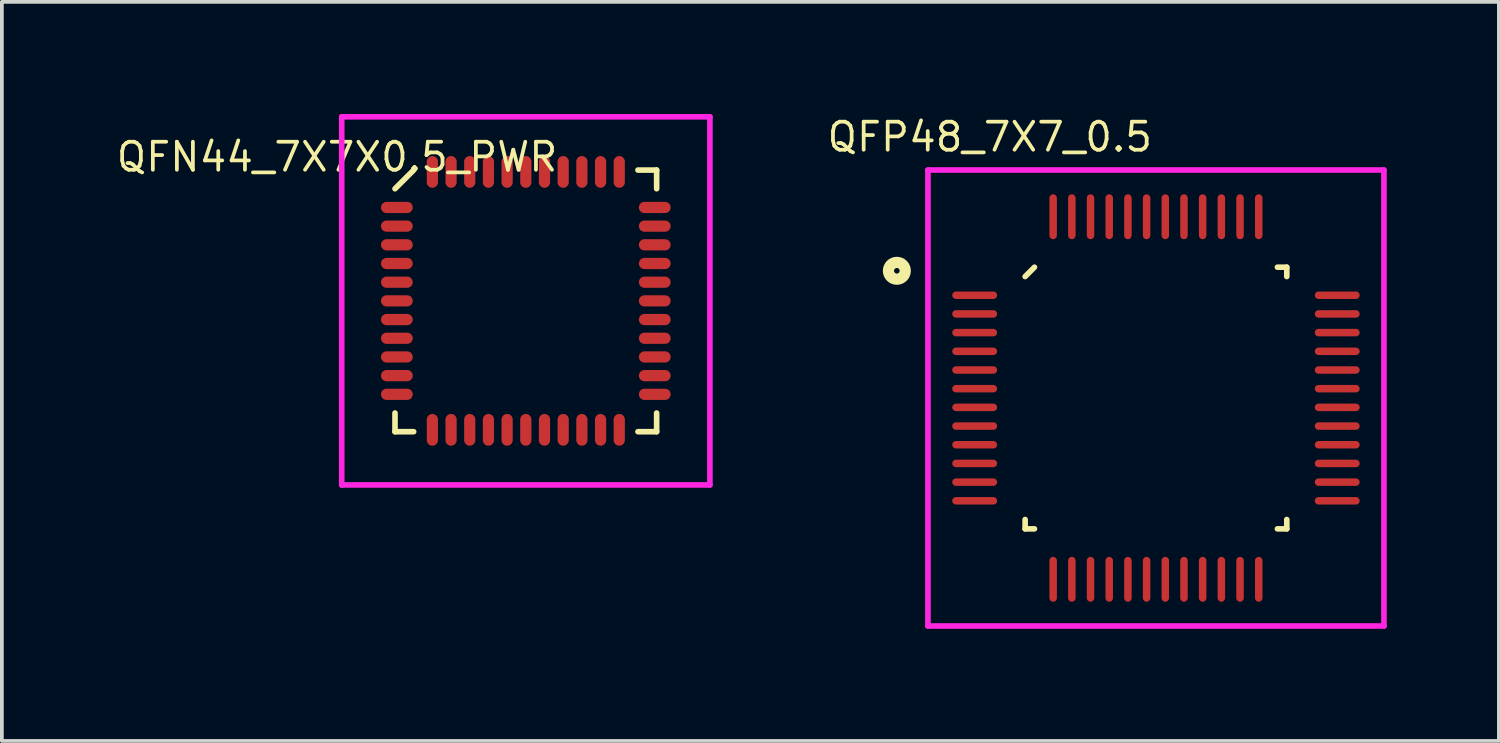
<source format=kicad_pcb>
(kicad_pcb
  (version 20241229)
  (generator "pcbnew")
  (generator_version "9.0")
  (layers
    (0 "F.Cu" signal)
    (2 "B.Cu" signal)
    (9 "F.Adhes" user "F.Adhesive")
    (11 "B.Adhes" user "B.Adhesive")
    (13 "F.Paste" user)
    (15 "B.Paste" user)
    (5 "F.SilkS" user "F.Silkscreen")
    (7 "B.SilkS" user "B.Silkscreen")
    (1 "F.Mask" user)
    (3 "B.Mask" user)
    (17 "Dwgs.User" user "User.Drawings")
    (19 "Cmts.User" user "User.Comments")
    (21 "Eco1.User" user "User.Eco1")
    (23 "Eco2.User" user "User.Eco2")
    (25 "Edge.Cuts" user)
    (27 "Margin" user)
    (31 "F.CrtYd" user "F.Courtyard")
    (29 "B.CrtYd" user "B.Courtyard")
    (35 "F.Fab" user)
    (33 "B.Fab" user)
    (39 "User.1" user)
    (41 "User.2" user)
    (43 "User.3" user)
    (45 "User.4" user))
  (footprint "QFN44_7X7X0.5_PWR"
    (layer "F.Cu")
    (at 11.018 5)
    (property "Reference" "QFN44_7X7X0.5_PWR" (at -5.05 -3.85 0) (layer "F.SilkS") (effects (font (size 0.75 0.75) (thickness 0.1))))
    (attr through_hole)
    (fp_line (start -3.5 -3) (end -3 -3.5) (stroke (width 0.15) (type solid)) (layer "F.SilkS"))
    (fp_line (start -3.5 3.5) (end -3.5 3) (stroke (width 0.15) (type solid)) (layer "F.SilkS"))
    (fp_line (start -3 3.5) (end -3.5 3.5) (stroke (width 0.15) (type solid)) (layer "F.SilkS"))
    (fp_line (start 3 -3.5) (end 3.5 -3.5) (stroke (width 0.15) (type solid)) (layer "F.SilkS"))
    (fp_line (start 3 3.5) (end 3.5 3.5) (stroke (width 0.15) (type solid)) (layer "F.SilkS"))
    (fp_line (start 3.5 -3.5) (end 3.5 -3) (stroke (width 0.15) (type solid)) (layer "F.SilkS"))
    (fp_line (start 3.5 3.5) (end 3.5 3) (stroke (width 0.15) (type solid)) (layer "F.SilkS"))
    (fp_line (start -4.925 -4.925) (end 4.925 -4.925) (stroke (width 0.15) (type solid)) (layer "F.CrtYd"))
    (fp_line (start -4.925 4.925) (end -4.925 -4.925) (stroke (width 0.15) (type solid)) (layer "F.CrtYd"))
    (fp_line (start 4.925 -4.925) (end 4.925 4.925) (stroke (width 0.15) (type solid)) (layer "F.CrtYd"))
    (fp_line (start 4.925 4.925) (end -4.925 4.925) (stroke (width 0.15) (type solid)) (layer "F.CrtYd"))
    (pad "1" smd oval (at -3.45 -2.5 90) (size 0.3 0.85) (layers "F.Cu" "F.Mask" "F.Paste"))
    (pad "2" smd oval (at -3.45 -2 90) (size 0.3 0.85) (layers "F.Cu" "F.Mask" "F.Paste"))
    (pad "3" smd oval (at -3.45 -1.5 90) (size 0.3 0.85) (layers "F.Cu" "F.Mask" "F.Paste"))
    (pad "4" smd oval (at -3.45 -1 90) (size 0.3 0.85) (layers "F.Cu" "F.Mask" "F.Paste"))
    (pad "5" smd oval (at -3.45 -0.5 90) (size 0.3 0.85) (layers "F.Cu" "F.Mask" "F.Paste"))
    (pad "6" smd oval (at -3.45 0 90) (size 0.3 0.85) (layers "F.Cu" "F.Mask" "F.Paste"))
    (pad "7" smd oval (at -3.45 0.5 90) (size 0.3 0.85) (layers "F.Cu" "F.Mask" "F.Paste"))
    (pad "8" smd oval (at -3.45 1 90) (size 0.3 0.85) (layers "F.Cu" "F.Mask" "F.Paste"))
    (pad "9" smd oval (at -3.45 1.5 90) (size 0.3 0.85) (layers "F.Cu" "F.Mask" "F.Paste"))
    (pad "10" smd oval (at -3.45 2 90) (size 0.3 0.85) (layers "F.Cu" "F.Mask" "F.Paste"))
    (pad "11" smd oval (at -3.45 2.5 90) (size 0.3 0.85) (layers "F.Cu" "F.Mask" "F.Paste"))
    (pad "12" smd oval (at -2.5 3.45) (size 0.3 0.85) (layers "F.Cu" "F.Mask" "F.Paste"))
    (pad "13" smd oval (at -2 3.45) (size 0.3 0.85) (layers "F.Cu" "F.Mask" "F.Paste"))
    (pad "14" smd oval (at -1.5 3.45) (size 0.3 0.85) (layers "F.Cu" "F.Mask" "F.Paste"))
    (pad "15" smd oval (at -1 3.45) (size 0.3 0.85) (layers "F.Cu" "F.Mask" "F.Paste"))
    (pad "16" smd oval (at -0.5 3.45) (size 0.3 0.85) (layers "F.Cu" "F.Mask" "F.Paste"))
    (pad "17" smd oval (at 0 3.45) (size 0.3 0.85) (layers "F.Cu" "F.Mask" "F.Paste"))
    (pad "18" smd oval (at 0.5 3.45) (size 0.3 0.85) (layers "F.Cu" "F.Mask" "F.Paste"))
    (pad "19" smd oval (at 1 3.45) (size 0.3 0.85) (layers "F.Cu" "F.Mask" "F.Paste"))
    (pad "20" smd oval (at 1.5 3.45) (size 0.3 0.85) (layers "F.Cu" "F.Mask" "F.Paste"))
    (pad "21" smd oval (at 2 3.45) (size 0.3 0.85) (layers "F.Cu" "F.Mask" "F.Paste"))
    (pad "22" smd oval (at 2.5 3.45) (size 0.3 0.85) (layers "F.Cu" "F.Mask" "F.Paste"))
    (pad "23" smd oval (at 3.45 2.5 90) (size 0.3 0.85) (layers "F.Cu" "F.Mask" "F.Paste"))
    (pad "24" smd oval (at 3.45 2 90) (size 0.3 0.85) (layers "F.Cu" "F.Mask" "F.Paste"))
    (pad "25" smd oval (at 3.45 1.5 90) (size 0.3 0.85) (layers "F.Cu" "F.Mask" "F.Paste"))
    (pad "26" smd oval (at 3.45 1 90) (size 0.3 0.85) (layers "F.Cu" "F.Mask" "F.Paste"))
    (pad "27" smd oval (at 3.45 0.5 90) (size 0.3 0.85) (layers "F.Cu" "F.Mask" "F.Paste"))
    (pad "28" smd oval (at 3.45 0 90) (size 0.3 0.85) (layers "F.Cu" "F.Mask" "F.Paste"))
    (pad "29" smd oval (at 3.45 -0.5 90) (size 0.3 0.85) (layers "F.Cu" "F.Mask" "F.Paste"))
    (pad "30" smd oval (at 3.45 -1 90) (size 0.3 0.85) (layers "F.Cu" "F.Mask" "F.Paste"))
    (pad "31" smd oval (at 3.45 -1.5 90) (size 0.3 0.85) (layers "F.Cu" "F.Mask" "F.Paste"))
    (pad "32" smd oval (at 3.45 -2 90) (size 0.3 0.85) (layers "F.Cu" "F.Mask" "F.Paste"))
    (pad "33" smd oval (at 3.45 -2.5 90) (size 0.3 0.85) (layers "F.Cu" "F.Mask" "F.Paste"))
    (pad "34" smd oval (at 2.5 -3.45) (size 0.3 0.85) (layers "F.Cu" "F.Mask" "F.Paste"))
    (pad "35" smd oval (at 2 -3.45) (size 0.3 0.85) (layers "F.Cu" "F.Mask" "F.Paste"))
    (pad "36" smd oval (at 1.5 -3.45) (size 0.3 0.85) (layers "F.Cu" "F.Mask" "F.Paste"))
    (pad "37" smd oval (at 1 -3.45) (size 0.3 0.85) (layers "F.Cu" "F.Mask" "F.Paste"))
    (pad "38" smd oval (at 0.5 -3.45) (size 0.3 0.85) (layers "F.Cu" "F.Mask" "F.Paste"))
    (pad "39" smd oval (at 0 -3.45) (size 0.3 0.85) (layers "F.Cu" "F.Mask" "F.Paste"))
    (pad "40" smd oval (at -0.5 -3.45) (size 0.3 0.85) (layers "F.Cu" "F.Mask" "F.Paste"))
    (pad "41" smd oval (at -1 -3.45) (size 0.3 0.85) (layers "F.Cu" "F.Mask" "F.Paste"))
    (pad "42" smd oval (at -1.5 -3.45) (size 0.3 0.85) (layers "F.Cu" "F.Mask" "F.Paste"))
    (pad "43" smd oval (at -2 -3.45) (size 0.3 0.85) (layers "F.Cu" "F.Mask" "F.Paste"))
    (pad "44" smd oval (at -2.5 -3.45) (size 0.3 0.85) (layers "F.Cu" "F.Mask" "F.Paste")))
  (footprint "QFP48_7X7_0.5"
    (layer "F.Cu")
    (at 27.877 7.599)
    (property "Reference" "QFP48_7X7_0.5" (at -4.445 -6.985 0) (layer "F.SilkS") (effects (font (size 0.75 0.75) (thickness 0.1))))
    (attr through_hole)
    (fp_line (start -3.5 -3.25) (end -3.25 -3.5) (stroke (width 0.15) (type solid)) (layer "F.SilkS"))
    (fp_line (start -3.5 3.5) (end -3.5 3.25) (stroke (width 0.15) (type solid)) (layer "F.SilkS"))
    (fp_line (start -3.25 3.5) (end -3.5 3.5) (stroke (width 0.15) (type solid)) (layer "F.SilkS"))
    (fp_line (start 3.25 -3.5) (end 3.5 -3.5) (stroke (width 0.15) (type solid)) (layer "F.SilkS"))
    (fp_line (start 3.25 3.5) (end 3.5 3.5) (stroke (width 0.15) (type solid)) (layer "F.SilkS"))
    (fp_line (start 3.5 -3.5) (end 3.5 -3.25) (stroke (width 0.15) (type solid)) (layer "F.SilkS"))
    (fp_line (start 3.5 3.5) (end 3.5 3.25) (stroke (width 0.15) (type solid)) (layer "F.SilkS"))
    (fp_circle (center -6.932 -3.404) (end -6.708 -3.424) (stroke (width 0.3) (type solid)) (fill no) (layer "F.SilkS"))
    (fp_line (start -6.1 -6.1) (end 6.1 -6.1) (stroke (width 0.15) (type solid)) (layer "F.CrtYd"))
    (fp_line (start -6.1 6.1) (end -6.1 -6.1) (stroke (width 0.15) (type solid)) (layer "F.CrtYd"))
    (fp_line (start 6.1 -6.1) (end 6.1 6.1) (stroke (width 0.15) (type solid)) (layer "F.CrtYd"))
    (fp_line (start 6.1 6.1) (end -6.1 6.1) (stroke (width 0.15) (type solid)) (layer "F.CrtYd"))
    (pad "1" smd oval (at -4.85 -2.75 90) (size 0.2 1.2) (layers "F.Cu" "F.Mask" "F.Paste"))
    (pad "2" smd oval (at -4.85 -2.25 90) (size 0.2 1.2) (layers "F.Cu" "F.Mask" "F.Paste"))
    (pad "3" smd oval (at -4.85 -1.75 90) (size 0.2 1.2) (layers "F.Cu" "F.Mask" "F.Paste"))
    (pad "4" smd oval (at -4.85 -1.25 90) (size 0.2 1.2) (layers "F.Cu" "F.Mask" "F.Paste"))
    (pad "5" smd oval (at -4.85 -0.75 90) (size 0.2 1.2) (layers "F.Cu" "F.Mask" "F.Paste"))
    (pad "6" smd oval (at -4.85 -0.25 90) (size 0.2 1.2) (layers "F.Cu" "F.Mask" "F.Paste"))
    (pad "7" smd oval (at -4.85 0.25 90) (size 0.2 1.2) (layers "F.Cu" "F.Mask" "F.Paste"))
    (pad "8" smd oval (at -4.85 0.75 90) (size 0.2 1.2) (layers "F.Cu" "F.Mask" "F.Paste"))
    (pad "9" smd oval (at -4.85 1.25 90) (size 0.2 1.2) (layers "F.Cu" "F.Mask" "F.Paste"))
    (pad "10" smd oval (at -4.85 1.75 90) (size 0.2 1.2) (layers "F.Cu" "F.Mask" "F.Paste"))
    (pad "11" smd oval (at -4.85 2.25 90) (size 0.2 1.2) (layers "F.Cu" "F.Mask" "F.Paste"))
    (pad "12" smd oval (at -4.85 2.75 90) (size 0.2 1.2) (layers "F.Cu" "F.Mask" "F.Paste"))
    (pad "13" smd oval (at -2.75 4.85) (size 0.2 1.2) (layers "F.Cu" "F.Mask" "F.Paste"))
    (pad "14" smd oval (at -2.25 4.85) (size 0.2 1.2) (layers "F.Cu" "F.Mask" "F.Paste"))
    (pad "15" smd oval (at -1.75 4.85) (size 0.2 1.2) (layers "F.Cu" "F.Mask" "F.Paste"))
    (pad "16" smd oval (at -1.25 4.85) (size 0.2 1.2) (layers "F.Cu" "F.Mask" "F.Paste"))
    (pad "17" smd oval (at -0.75 4.85) (size 0.2 1.2) (layers "F.Cu" "F.Mask" "F.Paste"))
    (pad "18" smd oval (at -0.25 4.85) (size 0.2 1.2) (layers "F.Cu" "F.Mask" "F.Paste"))
    (pad "19" smd oval (at 0.25 4.85) (size 0.2 1.2) (layers "F.Cu" "F.Mask" "F.Paste"))
    (pad "20" smd oval (at 0.75 4.85) (size 0.2 1.2) (layers "F.Cu" "F.Mask" "F.Paste"))
    (pad "21" smd oval (at 1.25 4.85) (size 0.2 1.2) (layers "F.Cu" "F.Mask" "F.Paste"))
    (pad "22" smd oval (at 1.75 4.85) (size 0.2 1.2) (layers "F.Cu" "F.Mask" "F.Paste"))
    (pad "23" smd oval (at 2.25 4.85) (size 0.2 1.2) (layers "F.Cu" "F.Mask" "F.Paste"))
    (pad "24" smd oval (at 2.75 4.85) (size 0.2 1.2) (layers "F.Cu" "F.Mask" "F.Paste"))
    (pad "25" smd oval (at 4.85 2.75 90) (size 0.2 1.2) (layers "F.Cu" "F.Mask" "F.Paste"))
    (pad "26" smd oval (at 4.85 2.25 90) (size 0.2 1.2) (layers "F.Cu" "F.Mask" "F.Paste"))
    (pad "27" smd oval (at 4.85 1.75 90) (size 0.2 1.2) (layers "F.Cu" "F.Mask" "F.Paste"))
    (pad "28" smd oval (at 4.85 1.25 90) (size 0.2 1.2) (layers "F.Cu" "F.Mask" "F.Paste"))
    (pad "29" smd oval (at 4.85 0.75 90) (size 0.2 1.2) (layers "F.Cu" "F.Mask" "F.Paste"))
    (pad "30" smd oval (at 4.85 0.25 90) (size 0.2 1.2) (layers "F.Cu" "F.Mask" "F.Paste"))
    (pad "31" smd oval (at 4.85 -0.25 90) (size 0.2 1.2) (layers "F.Cu" "F.Mask" "F.Paste"))
    (pad "32" smd oval (at 4.85 -0.75 90) (size 0.2 1.2) (layers "F.Cu" "F.Mask" "F.Paste"))
    (pad "33" smd oval (at 4.85 -1.25 90) (size 0.2 1.2) (layers "F.Cu" "F.Mask" "F.Paste"))
    (pad "34" smd oval (at 4.85 -1.75 90) (size 0.2 1.2) (layers "F.Cu" "F.Mask" "F.Paste"))
    (pad "35" smd oval (at 4.85 -2.25 90) (size 0.2 1.2) (layers "F.Cu" "F.Mask" "F.Paste"))
    (pad "36" smd oval (at 4.85 -2.75 90) (size 0.2 1.2) (layers "F.Cu" "F.Mask" "F.Paste"))
    (pad "37" smd oval (at 2.75 -4.85) (size 0.2 1.2) (layers "F.Cu" "F.Mask" "F.Paste"))
    (pad "38" smd oval (at 2.25 -4.85) (size 0.2 1.2) (layers "F.Cu" "F.Mask" "F.Paste"))
    (pad "39" smd oval (at 1.75 -4.85) (size 0.2 1.2) (layers "F.Cu" "F.Mask" "F.Paste"))
    (pad "40" smd oval (at 1.25 -4.85) (size 0.2 1.2) (layers "F.Cu" "F.Mask" "F.Paste"))
    (pad "41" smd oval (at 0.75 -4.85) (size 0.2 1.2) (layers "F.Cu" "F.Mask" "F.Paste"))
    (pad "42" smd oval (at 0.25 -4.85) (size 0.2 1.2) (layers "F.Cu" "F.Mask" "F.Paste"))
    (pad "43" smd oval (at -0.25 -4.85) (size 0.2 1.2) (layers "F.Cu" "F.Mask" "F.Paste"))
    (pad "44" smd oval (at -0.75 -4.85) (size 0.2 1.2) (layers "F.Cu" "F.Mask" "F.Paste"))
    (pad "45" smd oval (at -1.25 -4.85) (size 0.2 1.2) (layers "F.Cu" "F.Mask" "F.Paste"))
    (pad "46" smd oval (at -1.75 -4.85) (size 0.2 1.2) (layers "F.Cu" "F.Mask" "F.Paste"))
    (pad "47" smd oval (at -2.25 -4.85) (size 0.2 1.2) (layers "F.Cu" "F.Mask" "F.Paste"))
    (pad "48" smd oval (at -2.75 -4.85) (size 0.2 1.2) (layers "F.Cu" "F.Mask" "F.Paste")))
  (gr_rect
    (start -3 -3)
    (end 37.052 16.774)
    (stroke (width 0.1) (type default))
    (fill no)
    (layer "Edge.Cuts")))
</source>
